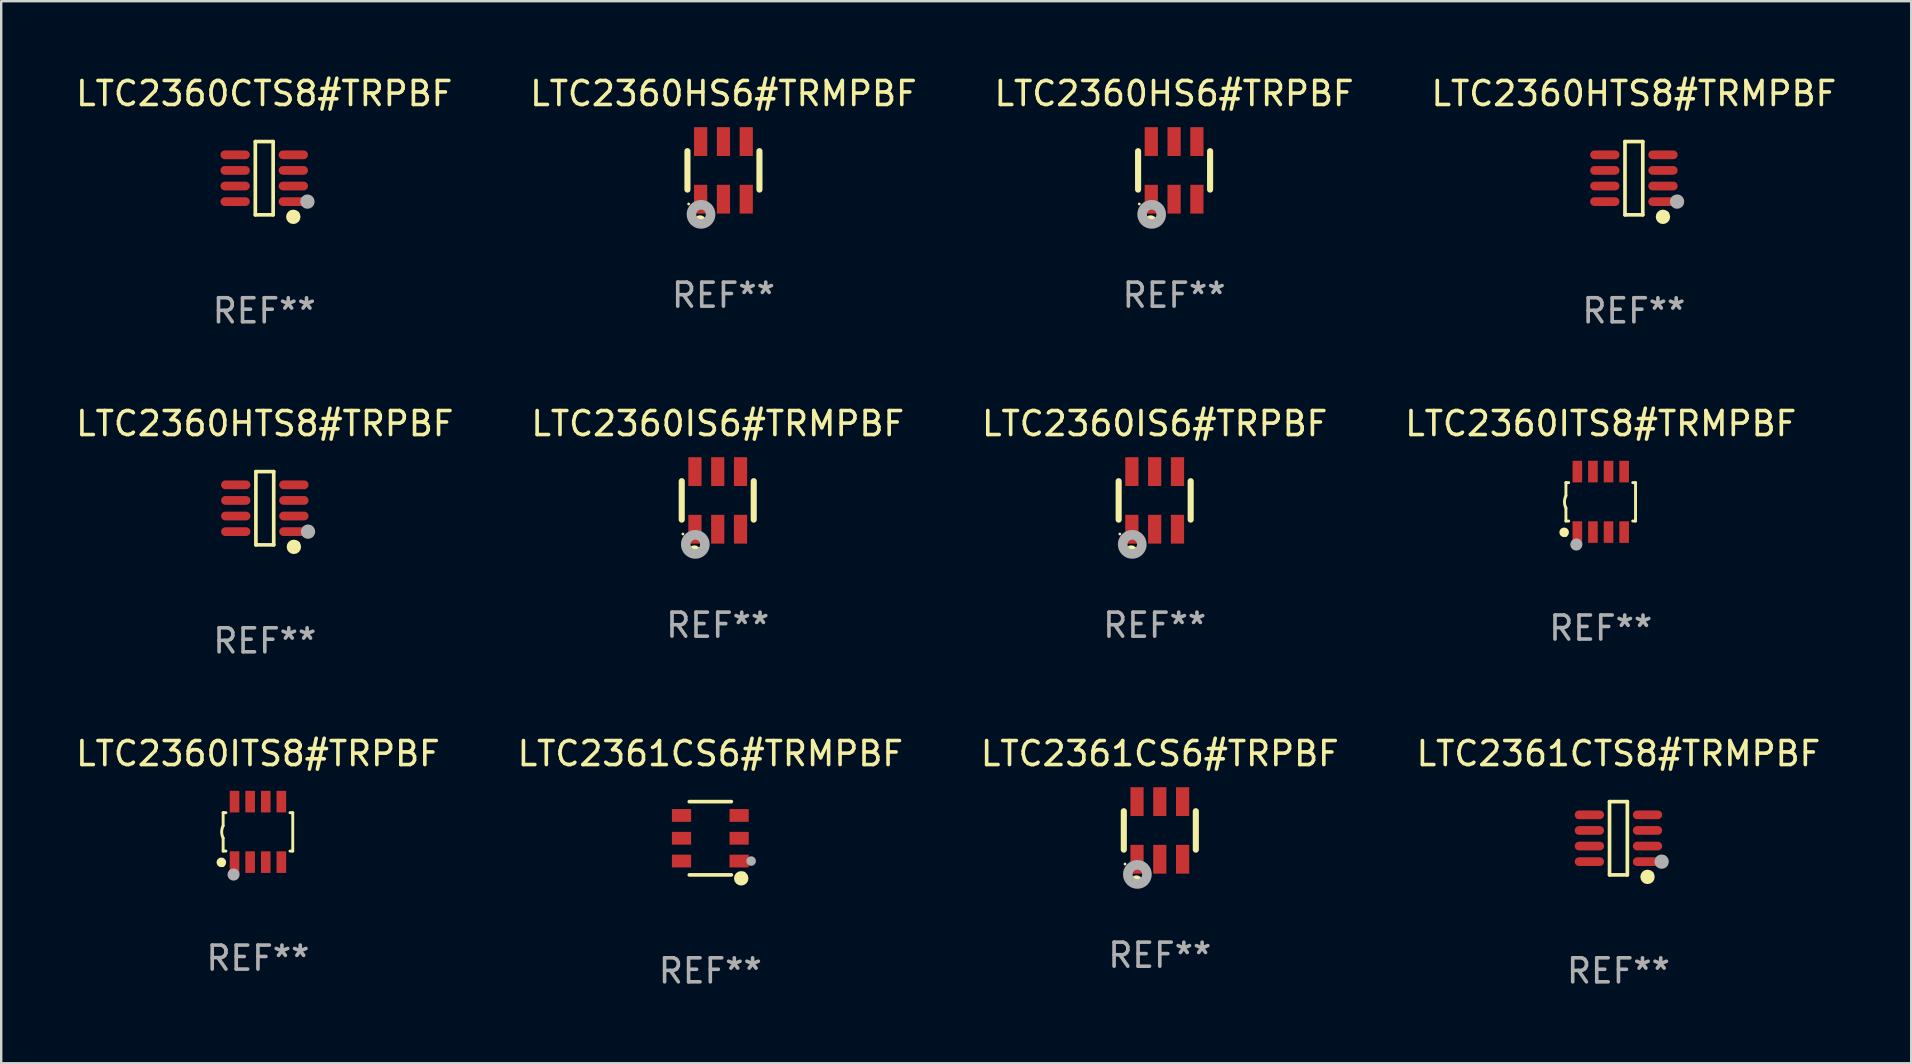
<source format=kicad_pcb>
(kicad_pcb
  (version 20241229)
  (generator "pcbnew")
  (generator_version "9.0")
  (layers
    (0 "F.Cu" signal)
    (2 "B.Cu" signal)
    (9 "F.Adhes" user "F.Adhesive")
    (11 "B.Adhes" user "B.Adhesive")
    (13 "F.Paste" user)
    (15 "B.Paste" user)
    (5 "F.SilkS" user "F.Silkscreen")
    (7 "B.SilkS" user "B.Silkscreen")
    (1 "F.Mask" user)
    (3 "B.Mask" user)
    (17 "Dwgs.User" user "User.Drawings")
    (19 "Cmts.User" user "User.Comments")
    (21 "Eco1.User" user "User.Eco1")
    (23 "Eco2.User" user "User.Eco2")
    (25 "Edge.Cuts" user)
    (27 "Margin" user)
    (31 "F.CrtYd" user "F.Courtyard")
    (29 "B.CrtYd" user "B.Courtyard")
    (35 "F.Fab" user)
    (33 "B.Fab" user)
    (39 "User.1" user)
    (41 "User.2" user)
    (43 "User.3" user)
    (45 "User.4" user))
  (footprint "LTC2360IS6#TRMPBF"
    (layer "F.Cu")
    (at 26.851 17.797)
    (property "Reference" "LTC2360IS6#TRMPBF" (at 0 -3.2 0) (layer "F.SilkS") (effects (font (size 1 1) (thickness 0.15))))
    (attr through_hole)
    (fp_line (start -1.5 0.8) (end -1.5 -0.8) (stroke (width 0.254) (type solid)) (layer "F.SilkS"))
    (fp_line (start 1.5 -0.8) (end 1.5 0.8) (stroke (width 0.254) (type solid)) (layer "F.SilkS"))
    (fp_circle (center -1.45 1.4) (end -1.42 1.4) (stroke (width 0.06) (type solid)) (fill no) (layer "F.SilkS"))
    (fp_circle (center -0.975 2.125) (end -0.848 2.125) (stroke (width 0.254) (type solid)) (fill no) (layer "F.SilkS"))
    (fp_circle (center -0.934 1.832) (end -0.735 1.832) (stroke (width 0.4) (type solid)) (fill no) (layer "F.Fab"))
    (fp_text user "REF**" (at 0 5.2 0) (layer "F.Fab") (effects (font (size 1 1) (thickness 0.15))))
    (pad "1" smd rect (at -0.95 1.2) (size 0.55 1.2) (layers "F.Cu" "F.Mask" "F.Paste"))
    (pad "2" smd rect (at 0 1.2) (size 0.55 1.2) (layers "F.Cu" "F.Mask" "F.Paste"))
    (pad "3" smd rect (at 0.95 1.2) (size 0.55 1.2) (layers "F.Cu" "F.Mask" "F.Paste"))
    (pad "4" smd rect (at 0.95 -1.2) (size 0.55 1.2) (layers "F.Cu" "F.Mask" "F.Paste"))
    (pad "5" smd rect (at 0 -1.2) (size 0.55 1.2) (layers "F.Cu" "F.Mask" "F.Paste"))
    (pad "6" smd rect (at -0.95 -1.2) (size 0.55 1.2) (layers "F.Cu" "F.Mask" "F.Paste")))
  (footprint "LTC2360CTS8#TRPBF"
    (layer "F.Cu")
    (at 7.958 4.374)
    (property "Reference" "LTC2360CTS8#TRPBF" (at 0 -3.526 0) (layer "F.SilkS") (effects (font (size 1 1) (thickness 0.15))))
    (attr through_hole)
    (fp_line (start -0.371 -1.526) (end 0.371 -1.526) (stroke (width 0.152) (type solid)) (layer "F.SilkS"))
    (fp_line (start -0.371 1.526) (end -0.371 -1.526) (stroke (width 0.152) (type solid)) (layer "F.SilkS"))
    (fp_line (start 0.371 -1.526) (end 0.371 1.526) (stroke (width 0.152) (type solid)) (layer "F.SilkS"))
    (fp_line (start 0.371 1.526) (end -0.371 1.526) (stroke (width 0.152) (type solid)) (layer "F.SilkS"))
    (fp_circle (center 1.211 1.609) (end 1.361 1.609) (stroke (width 0.3) (type solid)) (fill no) (layer "F.SilkS"))
    (fp_circle (center 1.4 1.45) (end 1.43 1.45) (stroke (width 0.06) (type solid)) (fill no) (layer "F.SilkS"))
    (fp_circle (center 1.8 0.975) (end 1.95 0.975) (stroke (width 0.3) (type solid)) (fill no) (layer "F.Fab"))
    (fp_text user "REF**" (at 0 5.526 0) (layer "F.Fab") (effects (font (size 1 1) (thickness 0.15))))
    (pad "1" smd oval (at 1.211 0.975) (size 1.222 0.364) (layers "F.Cu" "F.Mask" "F.Paste"))
    (pad "2" smd oval (at 1.211 0.325) (size 1.222 0.364) (layers "F.Cu" "F.Mask" "F.Paste"))
    (pad "3" smd oval (at 1.211 -0.325) (size 1.222 0.364) (layers "F.Cu" "F.Mask" "F.Paste"))
    (pad "4" smd oval (at 1.211 -0.975) (size 1.222 0.364) (layers "F.Cu" "F.Mask" "F.Paste"))
    (pad "5" smd oval (at -1.211 -0.975) (size 1.222 0.364) (layers "F.Cu" "F.Mask" "F.Paste"))
    (pad "6" smd oval (at -1.211 -0.325) (size 1.222 0.364) (layers "F.Cu" "F.Mask" "F.Paste"))
    (pad "7" smd oval (at -1.211 0.325) (size 1.222 0.364) (layers "F.Cu" "F.Mask" "F.Paste"))
    (pad "8" smd oval (at -1.211 0.975) (size 1.222 0.364) (layers "F.Cu" "F.Mask" "F.Paste")))
  (footprint "LTC2360ITS8#TRMPBF"
    (layer "F.Cu")
    (at 63.637 17.857)
    (property "Reference" "LTC2360ITS8#TRMPBF" (at 0 -3.26 0) (layer "F.SilkS") (effects (font (size 1 1) (thickness 0.15))))
    (attr through_hole)
    (fp_line (start -1.45 -0.8) (end -1.45 -0.254) (stroke (width 0.12) (type solid)) (layer "F.SilkS"))
    (fp_line (start -1.45 -0.8) (end -1.334 -0.8) (stroke (width 0.12) (type solid)) (layer "F.SilkS"))
    (fp_line (start -1.45 0.8) (end -1.45 0.254) (stroke (width 0.12) (type solid)) (layer "F.SilkS"))
    (fp_line (start -1.45 0.8) (end -1.334 0.8) (stroke (width 0.12) (type solid)) (layer "F.SilkS"))
    (fp_line (start 1.334 -0.8) (end 1.45 -0.8) (stroke (width 0.12) (type solid)) (layer "F.SilkS"))
    (fp_line (start 1.334 0.8) (end 1.45 0.8) (stroke (width 0.12) (type solid)) (layer "F.SilkS"))
    (fp_line (start 1.45 0.8) (end 1.45 -0.8) (stroke (width 0.12) (type solid)) (layer "F.SilkS"))
    (fp_arc (start -1.45075 0.255144) (mid -1.510605 0.000434) (end -1.450013 -0.254102) (stroke (width 0.11999) (type solid)) (layer "F.SilkS"))
    (fp_circle (center -1.524 1.27) (end -1.424 1.27) (stroke (width 0.2) (type solid)) (fill no) (layer "F.SilkS"))
    (fp_circle (center -1.45 1.4) (end -1.42 1.4) (stroke (width 0.06) (type solid)) (fill no) (layer "F.SilkS"))
    (fp_circle (center -1.016 1.778) (end -0.889 1.778) (stroke (width 0.254) (type solid)) (fill no) (layer "F.Fab"))
    (fp_text user "REF**" (at 0 5.26 0) (layer "F.Fab") (effects (font (size 1 1) (thickness 0.15))))
    (pad "1" smd rect (at -0.975 1.26) (size 0.4 0.9) (layers "F.Cu" "F.Mask" "F.Paste"))
    (pad "2" smd rect (at -0.325 1.26) (size 0.4 0.9) (layers "F.Cu" "F.Mask" "F.Paste"))
    (pad "3" smd rect (at 0.325 1.26) (size 0.4 0.9) (layers "F.Cu" "F.Mask" "F.Paste"))
    (pad "4" smd rect (at 0.975 1.26) (size 0.4 0.9) (layers "F.Cu" "F.Mask" "F.Paste"))
    (pad "5" smd rect (at 0.975 -1.26) (size 0.4 0.9) (layers "F.Cu" "F.Mask" "F.Paste"))
    (pad "6" smd rect (at 0.325 -1.26) (size 0.4 0.9) (layers "F.Cu" "F.Mask" "F.Paste"))
    (pad "7" smd rect (at -0.325 -1.26) (size 0.4 0.9) (layers "F.Cu" "F.Mask" "F.Paste"))
    (pad "8" smd rect (at -0.975 -1.26) (size 0.4 0.9) (layers "F.Cu" "F.Mask" "F.Paste")))
  (footprint "LTC2360HS6#TRPBF"
    (layer "F.Cu")
    (at 45.863 4.048)
    (property "Reference" "LTC2360HS6#TRPBF" (at 0 -3.2 0) (layer "F.SilkS") (effects (font (size 1 1) (thickness 0.15))))
    (attr through_hole)
    (fp_line (start -1.5 0.8) (end -1.5 -0.8) (stroke (width 0.254) (type solid)) (layer "F.SilkS"))
    (fp_line (start 1.5 -0.8) (end 1.5 0.8) (stroke (width 0.254) (type solid)) (layer "F.SilkS"))
    (fp_circle (center -1.45 1.4) (end -1.42 1.4) (stroke (width 0.06) (type solid)) (fill no) (layer "F.SilkS"))
    (fp_circle (center -0.975 2.125) (end -0.848 2.125) (stroke (width 0.254) (type solid)) (fill no) (layer "F.SilkS"))
    (fp_circle (center -0.934 1.832) (end -0.735 1.832) (stroke (width 0.4) (type solid)) (fill no) (layer "F.Fab"))
    (fp_text user "REF**" (at 0 5.2 0) (layer "F.Fab") (effects (font (size 1 1) (thickness 0.15))))
    (pad "1" smd rect (at -0.95 1.2) (size 0.55 1.2) (layers "F.Cu" "F.Mask" "F.Paste"))
    (pad "2" smd rect (at 0 1.2) (size 0.55 1.2) (layers "F.Cu" "F.Mask" "F.Paste"))
    (pad "3" smd rect (at 0.95 1.2) (size 0.55 1.2) (layers "F.Cu" "F.Mask" "F.Paste"))
    (pad "4" smd rect (at 0.95 -1.2) (size 0.55 1.2) (layers "F.Cu" "F.Mask" "F.Paste"))
    (pad "5" smd rect (at 0 -1.2) (size 0.55 1.2) (layers "F.Cu" "F.Mask" "F.Paste"))
    (pad "6" smd rect (at -0.95 -1.2) (size 0.55 1.2) (layers "F.Cu" "F.Mask" "F.Paste")))
  (footprint "LTC2360HTS8#TRPBF"
    (layer "F.Cu")
    (at 7.982 18.123)
    (property "Reference" "LTC2360HTS8#TRPBF" (at 0 -3.526 0) (layer "F.SilkS") (effects (font (size 1 1) (thickness 0.15))))
    (attr through_hole)
    (fp_line (start -0.371 -1.526) (end 0.371 -1.526) (stroke (width 0.152) (type solid)) (layer "F.SilkS"))
    (fp_line (start -0.371 1.526) (end -0.371 -1.526) (stroke (width 0.152) (type solid)) (layer "F.SilkS"))
    (fp_line (start 0.371 -1.526) (end 0.371 1.526) (stroke (width 0.152) (type solid)) (layer "F.SilkS"))
    (fp_line (start 0.371 1.526) (end -0.371 1.526) (stroke (width 0.152) (type solid)) (layer "F.SilkS"))
    (fp_circle (center 1.211 1.609) (end 1.361 1.609) (stroke (width 0.3) (type solid)) (fill no) (layer "F.SilkS"))
    (fp_circle (center 1.4 1.45) (end 1.43 1.45) (stroke (width 0.06) (type solid)) (fill no) (layer "F.SilkS"))
    (fp_circle (center 1.8 0.975) (end 1.95 0.975) (stroke (width 0.3) (type solid)) (fill no) (layer "F.Fab"))
    (fp_text user "REF**" (at 0 5.526 0) (layer "F.Fab") (effects (font (size 1 1) (thickness 0.15))))
    (pad "1" smd oval (at 1.211 0.975) (size 1.222 0.364) (layers "F.Cu" "F.Mask" "F.Paste"))
    (pad "2" smd oval (at 1.211 0.325) (size 1.222 0.364) (layers "F.Cu" "F.Mask" "F.Paste"))
    (pad "3" smd oval (at 1.211 -0.325) (size 1.222 0.364) (layers "F.Cu" "F.Mask" "F.Paste"))
    (pad "4" smd oval (at 1.211 -0.975) (size 1.222 0.364) (layers "F.Cu" "F.Mask" "F.Paste"))
    (pad "5" smd oval (at -1.211 -0.975) (size 1.222 0.364) (layers "F.Cu" "F.Mask" "F.Paste"))
    (pad "6" smd oval (at -1.211 -0.325) (size 1.222 0.364) (layers "F.Cu" "F.Mask" "F.Paste"))
    (pad "7" smd oval (at -1.211 0.325) (size 1.222 0.364) (layers "F.Cu" "F.Mask" "F.Paste"))
    (pad "8" smd oval (at -1.211 0.975) (size 1.222 0.364) (layers "F.Cu" "F.Mask" "F.Paste")))
  (footprint "LTC2361CTS8#TRMPBF"
    (layer "F.Cu")
    (at 64.375 31.872)
    (property "Reference" "LTC2361CTS8#TRMPBF" (at 0 -3.526 0) (layer "F.SilkS") (effects (font (size 1 1) (thickness 0.15))))
    (attr through_hole)
    (fp_line (start -0.371 -1.526) (end 0.371 -1.526) (stroke (width 0.152) (type solid)) (layer "F.SilkS"))
    (fp_line (start -0.371 1.526) (end -0.371 -1.526) (stroke (width 0.152) (type solid)) (layer "F.SilkS"))
    (fp_line (start 0.371 -1.526) (end 0.371 1.526) (stroke (width 0.152) (type solid)) (layer "F.SilkS"))
    (fp_line (start 0.371 1.526) (end -0.371 1.526) (stroke (width 0.152) (type solid)) (layer "F.SilkS"))
    (fp_circle (center 1.211 1.609) (end 1.361 1.609) (stroke (width 0.3) (type solid)) (fill no) (layer "F.SilkS"))
    (fp_circle (center 1.4 1.45) (end 1.43 1.45) (stroke (width 0.06) (type solid)) (fill no) (layer "F.SilkS"))
    (fp_circle (center 1.8 0.975) (end 1.95 0.975) (stroke (width 0.3) (type solid)) (fill no) (layer "F.Fab"))
    (fp_text user "REF**" (at 0 5.526 0) (layer "F.Fab") (effects (font (size 1 1) (thickness 0.15))))
    (pad "1" smd oval (at 1.211 0.975) (size 1.222 0.364) (layers "F.Cu" "F.Mask" "F.Paste"))
    (pad "2" smd oval (at 1.211 0.325) (size 1.222 0.364) (layers "F.Cu" "F.Mask" "F.Paste"))
    (pad "3" smd oval (at 1.211 -0.325) (size 1.222 0.364) (layers "F.Cu" "F.Mask" "F.Paste"))
    (pad "4" smd oval (at 1.211 -0.975) (size 1.222 0.364) (layers "F.Cu" "F.Mask" "F.Paste"))
    (pad "5" smd oval (at -1.211 -0.975) (size 1.222 0.364) (layers "F.Cu" "F.Mask" "F.Paste"))
    (pad "6" smd oval (at -1.211 -0.325) (size 1.222 0.364) (layers "F.Cu" "F.Mask" "F.Paste"))
    (pad "7" smd oval (at -1.211 0.325) (size 1.222 0.364) (layers "F.Cu" "F.Mask" "F.Paste"))
    (pad "8" smd oval (at -1.211 0.975) (size 1.222 0.364) (layers "F.Cu" "F.Mask" "F.Paste")))
  (footprint "LTC2361CS6#TRPBF"
    (layer "F.Cu")
    (at 45.268 31.546)
    (property "Reference" "LTC2361CS6#TRPBF" (at 0 -3.2 0) (layer "F.SilkS") (effects (font (size 1 1) (thickness 0.15))))
    (attr through_hole)
    (fp_line (start -1.5 0.8) (end -1.5 -0.8) (stroke (width 0.254) (type solid)) (layer "F.SilkS"))
    (fp_line (start 1.5 -0.8) (end 1.5 0.8) (stroke (width 0.254) (type solid)) (layer "F.SilkS"))
    (fp_circle (center -1.45 1.4) (end -1.42 1.4) (stroke (width 0.06) (type solid)) (fill no) (layer "F.SilkS"))
    (fp_circle (center -0.975 2.125) (end -0.848 2.125) (stroke (width 0.254) (type solid)) (fill no) (layer "F.SilkS"))
    (fp_circle (center -0.934 1.832) (end -0.735 1.832) (stroke (width 0.4) (type solid)) (fill no) (layer "F.Fab"))
    (fp_text user "REF**" (at 0 5.2 0) (layer "F.Fab") (effects (font (size 1 1) (thickness 0.15))))
    (pad "1" smd rect (at -0.95 1.2) (size 0.55 1.2) (layers "F.Cu" "F.Mask" "F.Paste"))
    (pad "2" smd rect (at 0 1.2) (size 0.55 1.2) (layers "F.Cu" "F.Mask" "F.Paste"))
    (pad "3" smd rect (at 0.95 1.2) (size 0.55 1.2) (layers "F.Cu" "F.Mask" "F.Paste"))
    (pad "4" smd rect (at 0.95 -1.2) (size 0.55 1.2) (layers "F.Cu" "F.Mask" "F.Paste"))
    (pad "5" smd rect (at 0 -1.2) (size 0.55 1.2) (layers "F.Cu" "F.Mask" "F.Paste"))
    (pad "6" smd rect (at -0.95 -1.2) (size 0.55 1.2) (layers "F.Cu" "F.Mask" "F.Paste")))
  (footprint "LTC2360ITS8#TRPBF"
    (layer "F.Cu")
    (at 7.696 31.606)
    (property "Reference" "LTC2360ITS8#TRPBF" (at 0 -3.26 0) (layer "F.SilkS") (effects (font (size 1 1) (thickness 0.15))))
    (attr through_hole)
    (fp_line (start -1.45 -0.8) (end -1.45 -0.254) (stroke (width 0.12) (type solid)) (layer "F.SilkS"))
    (fp_line (start -1.45 -0.8) (end -1.334 -0.8) (stroke (width 0.12) (type solid)) (layer "F.SilkS"))
    (fp_line (start -1.45 0.8) (end -1.45 0.254) (stroke (width 0.12) (type solid)) (layer "F.SilkS"))
    (fp_line (start -1.45 0.8) (end -1.334 0.8) (stroke (width 0.12) (type solid)) (layer "F.SilkS"))
    (fp_line (start 1.334 -0.8) (end 1.45 -0.8) (stroke (width 0.12) (type solid)) (layer "F.SilkS"))
    (fp_line (start 1.334 0.8) (end 1.45 0.8) (stroke (width 0.12) (type solid)) (layer "F.SilkS"))
    (fp_line (start 1.45 0.8) (end 1.45 -0.8) (stroke (width 0.12) (type solid)) (layer "F.SilkS"))
    (fp_arc (start -1.45075 0.255144) (mid -1.510605 0.000434) (end -1.450013 -0.254102) (stroke (width 0.11999) (type solid)) (layer "F.SilkS"))
    (fp_circle (center -1.524 1.27) (end -1.424 1.27) (stroke (width 0.2) (type solid)) (fill no) (layer "F.SilkS"))
    (fp_circle (center -1.45 1.4) (end -1.42 1.4) (stroke (width 0.06) (type solid)) (fill no) (layer "F.SilkS"))
    (fp_circle (center -1.016 1.778) (end -0.889 1.778) (stroke (width 0.254) (type solid)) (fill no) (layer "F.Fab"))
    (fp_text user "REF**" (at 0 5.26 0) (layer "F.Fab") (effects (font (size 1 1) (thickness 0.15))))
    (pad "1" smd rect (at -0.975 1.26) (size 0.4 0.9) (layers "F.Cu" "F.Mask" "F.Paste"))
    (pad "2" smd rect (at -0.325 1.26) (size 0.4 0.9) (layers "F.Cu" "F.Mask" "F.Paste"))
    (pad "3" smd rect (at 0.325 1.26) (size 0.4 0.9) (layers "F.Cu" "F.Mask" "F.Paste"))
    (pad "4" smd rect (at 0.975 1.26) (size 0.4 0.9) (layers "F.Cu" "F.Mask" "F.Paste"))
    (pad "5" smd rect (at 0.975 -1.26) (size 0.4 0.9) (layers "F.Cu" "F.Mask" "F.Paste"))
    (pad "6" smd rect (at 0.325 -1.26) (size 0.4 0.9) (layers "F.Cu" "F.Mask" "F.Paste"))
    (pad "7" smd rect (at -0.325 -1.26) (size 0.4 0.9) (layers "F.Cu" "F.Mask" "F.Paste"))
    (pad "8" smd rect (at -0.975 -1.26) (size 0.4 0.9) (layers "F.Cu" "F.Mask" "F.Paste")))
  (footprint "LTC2360IS6#TRPBF"
    (layer "F.Cu")
    (at 45.054 17.797)
    (property "Reference" "LTC2360IS6#TRPBF" (at 0 -3.2 0) (layer "F.SilkS") (effects (font (size 1 1) (thickness 0.15))))
    (attr through_hole)
    (fp_line (start -1.5 0.8) (end -1.5 -0.8) (stroke (width 0.254) (type solid)) (layer "F.SilkS"))
    (fp_line (start 1.5 -0.8) (end 1.5 0.8) (stroke (width 0.254) (type solid)) (layer "F.SilkS"))
    (fp_circle (center -1.45 1.4) (end -1.42 1.4) (stroke (width 0.06) (type solid)) (fill no) (layer "F.SilkS"))
    (fp_circle (center -0.975 2.125) (end -0.848 2.125) (stroke (width 0.254) (type solid)) (fill no) (layer "F.SilkS"))
    (fp_circle (center -0.934 1.832) (end -0.735 1.832) (stroke (width 0.4) (type solid)) (fill no) (layer "F.Fab"))
    (fp_text user "REF**" (at 0 5.2 0) (layer "F.Fab") (effects (font (size 1 1) (thickness 0.15))))
    (pad "1" smd rect (at -0.95 1.2) (size 0.55 1.2) (layers "F.Cu" "F.Mask" "F.Paste"))
    (pad "2" smd rect (at 0 1.2) (size 0.55 1.2) (layers "F.Cu" "F.Mask" "F.Paste"))
    (pad "3" smd rect (at 0.95 1.2) (size 0.55 1.2) (layers "F.Cu" "F.Mask" "F.Paste"))
    (pad "4" smd rect (at 0.95 -1.2) (size 0.55 1.2) (layers "F.Cu" "F.Mask" "F.Paste"))
    (pad "5" smd rect (at 0 -1.2) (size 0.55 1.2) (layers "F.Cu" "F.Mask" "F.Paste"))
    (pad "6" smd rect (at -0.95 -1.2) (size 0.55 1.2) (layers "F.Cu" "F.Mask" "F.Paste")))
  (footprint "LTC2360HTS8#TRMPBF"
    (layer "F.Cu")
    (at 65.018 4.374)
    (property "Reference" "LTC2360HTS8#TRMPBF" (at 0 -3.526 0) (layer "F.SilkS") (effects (font (size 1 1) (thickness 0.15))))
    (attr through_hole)
    (fp_line (start -0.371 -1.526) (end 0.371 -1.526) (stroke (width 0.152) (type solid)) (layer "F.SilkS"))
    (fp_line (start -0.371 1.526) (end -0.371 -1.526) (stroke (width 0.152) (type solid)) (layer "F.SilkS"))
    (fp_line (start 0.371 -1.526) (end 0.371 1.526) (stroke (width 0.152) (type solid)) (layer "F.SilkS"))
    (fp_line (start 0.371 1.526) (end -0.371 1.526) (stroke (width 0.152) (type solid)) (layer "F.SilkS"))
    (fp_circle (center 1.211 1.609) (end 1.361 1.609) (stroke (width 0.3) (type solid)) (fill no) (layer "F.SilkS"))
    (fp_circle (center 1.4 1.45) (end 1.43 1.45) (stroke (width 0.06) (type solid)) (fill no) (layer "F.SilkS"))
    (fp_circle (center 1.8 0.975) (end 1.95 0.975) (stroke (width 0.3) (type solid)) (fill no) (layer "F.Fab"))
    (fp_text user "REF**" (at 0 5.526 0) (layer "F.Fab") (effects (font (size 1 1) (thickness 0.15))))
    (pad "1" smd oval (at 1.211 0.975) (size 1.222 0.364) (layers "F.Cu" "F.Mask" "F.Paste"))
    (pad "2" smd oval (at 1.211 0.325) (size 1.222 0.364) (layers "F.Cu" "F.Mask" "F.Paste"))
    (pad "3" smd oval (at 1.211 -0.325) (size 1.222 0.364) (layers "F.Cu" "F.Mask" "F.Paste"))
    (pad "4" smd oval (at 1.211 -0.975) (size 1.222 0.364) (layers "F.Cu" "F.Mask" "F.Paste"))
    (pad "5" smd oval (at -1.211 -0.975) (size 1.222 0.364) (layers "F.Cu" "F.Mask" "F.Paste"))
    (pad "6" smd oval (at -1.211 -0.325) (size 1.222 0.364) (layers "F.Cu" "F.Mask" "F.Paste"))
    (pad "7" smd oval (at -1.211 0.325) (size 1.222 0.364) (layers "F.Cu" "F.Mask" "F.Paste"))
    (pad "8" smd oval (at -1.211 0.975) (size 1.222 0.364) (layers "F.Cu" "F.Mask" "F.Paste")))
  (footprint "LTC2361CS6#TRMPBF"
    (layer "F.Cu")
    (at 26.542 31.872)
    (property "Reference" "LTC2361CS6#TRMPBF" (at 0 -3.526 0) (layer "F.SilkS") (effects (font (size 1 1) (thickness 0.15))))
    (attr through_hole)
    (fp_line (start 0.876 -1.526) (end -0.876 -1.526) (stroke (width 0.152) (type solid)) (layer "F.SilkS"))
    (fp_line (start 0.876 1.526) (end -0.876 1.526) (stroke (width 0.152) (type solid)) (layer "F.SilkS"))
    (fp_circle (center 1.287 1.669) (end 1.438 1.669) (stroke (width 0.3) (type solid)) (fill no) (layer "F.SilkS"))
    (fp_circle (center 1.4 1.45) (end 1.43 1.45) (stroke (width 0.06) (type solid)) (fill no) (layer "F.SilkS"))
    (fp_circle (center 1.7 0.95) (end 1.8 0.95) (stroke (width 0.2) (type solid)) (fill no) (layer "F.Fab"))
    (fp_text user "REF**" (at 0 5.526 0) (layer "F.Fab") (effects (font (size 1 1) (thickness 0.15))))
    (pad "1" smd rect (at 1.2 0.95) (size 0.8 0.532) (layers "F.Cu" "F.Mask" "F.Paste"))
    (pad "2" smd rect (at 1.2 0) (size 0.8 0.532) (layers "F.Cu" "F.Mask" "F.Paste"))
    (pad "3" smd rect (at 1.2 -0.95) (size 0.8 0.532) (layers "F.Cu" "F.Mask" "F.Paste"))
    (pad "4" smd rect (at -1.2 -0.95) (size 0.8 0.532) (layers "F.Cu" "F.Mask" "F.Paste"))
    (pad "5" smd rect (at -1.2 0) (size 0.8 0.532) (layers "F.Cu" "F.Mask" "F.Paste"))
    (pad "6" smd rect (at -1.2 0.95) (size 0.8 0.532) (layers "F.Cu" "F.Mask" "F.Paste")))
  (footprint "LTC2360HS6#TRMPBF"
    (layer "F.Cu")
    (at 27.089 4.048)
    (property "Reference" "LTC2360HS6#TRMPBF" (at 0 -3.2 0) (layer "F.SilkS") (effects (font (size 1 1) (thickness 0.15))))
    (attr through_hole)
    (fp_line (start -1.5 0.8) (end -1.5 -0.8) (stroke (width 0.254) (type solid)) (layer "F.SilkS"))
    (fp_line (start 1.5 -0.8) (end 1.5 0.8) (stroke (width 0.254) (type solid)) (layer "F.SilkS"))
    (fp_circle (center -1.45 1.4) (end -1.42 1.4) (stroke (width 0.06) (type solid)) (fill no) (layer "F.SilkS"))
    (fp_circle (center -0.975 2.125) (end -0.848 2.125) (stroke (width 0.254) (type solid)) (fill no) (layer "F.SilkS"))
    (fp_circle (center -0.934 1.832) (end -0.735 1.832) (stroke (width 0.4) (type solid)) (fill no) (layer "F.Fab"))
    (fp_text user "REF**" (at 0 5.2 0) (layer "F.Fab") (effects (font (size 1 1) (thickness 0.15))))
    (pad "1" smd rect (at -0.95 1.2) (size 0.55 1.2) (layers "F.Cu" "F.Mask" "F.Paste"))
    (pad "2" smd rect (at 0 1.2) (size 0.55 1.2) (layers "F.Cu" "F.Mask" "F.Paste"))
    (pad "3" smd rect (at 0.95 1.2) (size 0.55 1.2) (layers "F.Cu" "F.Mask" "F.Paste"))
    (pad "4" smd rect (at 0.95 -1.2) (size 0.55 1.2) (layers "F.Cu" "F.Mask" "F.Paste"))
    (pad "5" smd rect (at 0 -1.2) (size 0.55 1.2) (layers "F.Cu" "F.Mask" "F.Paste"))
    (pad "6" smd rect (at -0.95 -1.2) (size 0.55 1.2) (layers "F.Cu" "F.Mask" "F.Paste")))
  (gr_rect
    (start -3 -3)
    (end 76.571 41.247)
    (stroke (width 0.1) (type default))
    (fill no)
    (layer "Edge.Cuts")))
</source>
